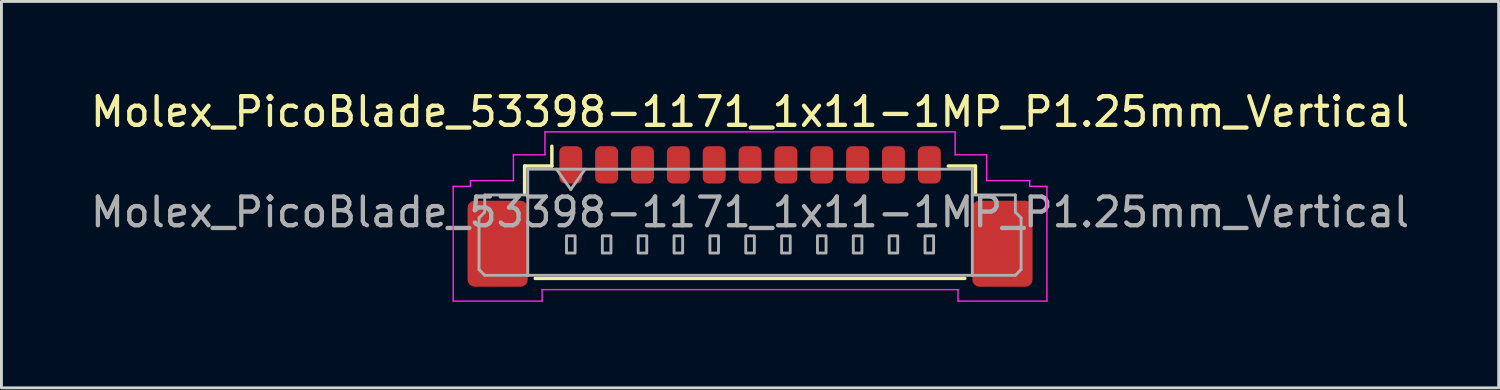
<source format=kicad_pcb>
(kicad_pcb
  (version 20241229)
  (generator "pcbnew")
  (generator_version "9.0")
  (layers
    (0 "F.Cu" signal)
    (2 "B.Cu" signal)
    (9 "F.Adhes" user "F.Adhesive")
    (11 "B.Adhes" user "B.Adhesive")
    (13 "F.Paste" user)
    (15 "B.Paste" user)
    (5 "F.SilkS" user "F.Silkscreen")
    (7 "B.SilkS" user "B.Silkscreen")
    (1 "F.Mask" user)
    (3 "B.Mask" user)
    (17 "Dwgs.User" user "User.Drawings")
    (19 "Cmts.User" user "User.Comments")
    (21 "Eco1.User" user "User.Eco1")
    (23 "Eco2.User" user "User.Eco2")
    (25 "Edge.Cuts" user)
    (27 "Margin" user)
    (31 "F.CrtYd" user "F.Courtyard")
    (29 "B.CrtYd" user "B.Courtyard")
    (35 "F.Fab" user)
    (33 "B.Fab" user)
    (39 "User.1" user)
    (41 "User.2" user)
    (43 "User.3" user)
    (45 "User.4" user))
  (footprint "Molex_PicoBlade_53398-1171_1x11-1MP_P1.25mm_Vertical"
    (layer "F.Cu")
    (at 23.101 3.948)
    (property "Reference" "Molex_PicoBlade_53398-1171_1x11-1MP_P1.25mm_Vertical" (at 0 -3.1 0) (layer "F.SilkS") (effects (font (size 1 1) (thickness 0.15))))
    (attr smd)
    (fp_line (start -7.86 -1.21) (end -6.91 -1.21) (stroke (width 0.12) (type solid)) (layer "F.SilkS"))
    (fp_line (start -7.86 -0.26) (end -7.86 -1.21) (stroke (width 0.12) (type solid)) (layer "F.SilkS"))
    (fp_line (start -7.49 2.71) (end 7.49 2.71) (stroke (width 0.12) (type solid)) (layer "F.SilkS"))
    (fp_line (start -6.91 -1.21) (end -6.91 -1.9) (stroke (width 0.12) (type solid)) (layer "F.SilkS"))
    (fp_line (start 7.86 -1.21) (end 6.91 -1.21) (stroke (width 0.12) (type solid)) (layer "F.SilkS"))
    (fp_line (start 7.86 -0.26) (end 7.86 -1.21) (stroke (width 0.12) (type solid)) (layer "F.SilkS"))
    (fp_line (start -10.35 -0.5) (end -9.75 -0.5) (stroke (width 0.05) (type solid)) (layer "F.CrtYd"))
    (fp_line (start -10.35 3.5) (end -10.35 -0.5) (stroke (width 0.05) (type solid)) (layer "F.CrtYd"))
    (fp_line (start -9.75 -0.7) (end -8.25 -0.7) (stroke (width 0.05) (type solid)) (layer "F.CrtYd"))
    (fp_line (start -9.75 -0.5) (end -9.75 -0.7) (stroke (width 0.05) (type solid)) (layer "F.CrtYd"))
    (fp_line (start -8.25 -1.6) (end -7.15 -1.6) (stroke (width 0.05) (type solid)) (layer "F.CrtYd"))
    (fp_line (start -8.25 -0.7) (end -8.25 -1.6) (stroke (width 0.05) (type solid)) (layer "F.CrtYd"))
    (fp_line (start -7.25 3.1) (end -7.25 3.5) (stroke (width 0.05) (type solid)) (layer "F.CrtYd"))
    (fp_line (start -7.25 3.5) (end -10.35 3.5) (stroke (width 0.05) (type solid)) (layer "F.CrtYd"))
    (fp_line (start -7.15 -2.4) (end 7.15 -2.4) (stroke (width 0.05) (type solid)) (layer "F.CrtYd"))
    (fp_line (start -7.15 -1.6) (end -7.15 -2.4) (stroke (width 0.05) (type solid)) (layer "F.CrtYd"))
    (fp_line (start 7.15 -2.4) (end 7.15 -1.6) (stroke (width 0.05) (type solid)) (layer "F.CrtYd"))
    (fp_line (start 7.15 -1.6) (end 8.25 -1.6) (stroke (width 0.05) (type solid)) (layer "F.CrtYd"))
    (fp_line (start 7.25 3.1) (end -7.25 3.1) (stroke (width 0.05) (type solid)) (layer "F.CrtYd"))
    (fp_line (start 7.25 3.5) (end 7.25 3.1) (stroke (width 0.05) (type solid)) (layer "F.CrtYd"))
    (fp_line (start 8.25 -1.6) (end 8.25 -0.7) (stroke (width 0.05) (type solid)) (layer "F.CrtYd"))
    (fp_line (start 8.25 -0.7) (end 9.75 -0.7) (stroke (width 0.05) (type solid)) (layer "F.CrtYd"))
    (fp_line (start 9.75 -0.7) (end 9.75 -0.5) (stroke (width 0.05) (type solid)) (layer "F.CrtYd"))
    (fp_line (start 9.75 -0.5) (end 10.35 -0.5) (stroke (width 0.05) (type solid)) (layer "F.CrtYd"))
    (fp_line (start 10.35 -0.5) (end 10.35 3.5) (stroke (width 0.05) (type solid)) (layer "F.CrtYd"))
    (fp_line (start 10.35 3.5) (end 7.25 3.5) (stroke (width 0.05) (type solid)) (layer "F.CrtYd"))
    (fp_line (start -9.45 0.6) (end -9.25 0.4) (stroke (width 0.1) (type solid)) (layer "F.Fab"))
    (fp_line (start -9.45 2.4) (end -9.45 0.6) (stroke (width 0.1) (type solid)) (layer "F.Fab"))
    (fp_line (start -9.25 -0.2) (end -7.75 -0.2) (stroke (width 0.1) (type solid)) (layer "F.Fab"))
    (fp_line (start -9.25 0.4) (end -9.25 -0.2) (stroke (width 0.1) (type solid)) (layer "F.Fab"))
    (fp_line (start -9.25 2.6) (end -9.45 2.4) (stroke (width 0.1) (type solid)) (layer "F.Fab"))
    (fp_line (start -7.75 -1.1) (end -7.75 2.6) (stroke (width 0.1) (type solid)) (layer "F.Fab"))
    (fp_line (start -7.75 -1.1) (end 7.75 -1.1) (stroke (width 0.1) (type solid)) (layer "F.Fab"))
    (fp_line (start -7.75 2.6) (end -9.25 2.6) (stroke (width 0.1) (type solid)) (layer "F.Fab"))
    (fp_line (start -7.75 2.6) (end 7.75 2.6) (stroke (width 0.1) (type solid)) (layer "F.Fab"))
    (fp_line (start -6.75 -1.1) (end -6.25 -0.393) (stroke (width 0.1) (type solid)) (layer "F.Fab"))
    (fp_line (start -6.25 -0.393) (end -5.75 -1.1) (stroke (width 0.1) (type solid)) (layer "F.Fab"))
    (fp_line (start 7.75 -1.1) (end 7.75 2.6) (stroke (width 0.1) (type solid)) (layer "F.Fab"))
    (fp_line (start 7.75 2.6) (end 9.25 2.6) (stroke (width 0.1) (type solid)) (layer "F.Fab"))
    (fp_line (start 9.25 -0.2) (end 7.75 -0.2) (stroke (width 0.1) (type solid)) (layer "F.Fab"))
    (fp_line (start 9.25 0.4) (end 9.25 -0.2) (stroke (width 0.1) (type solid)) (layer "F.Fab"))
    (fp_line (start 9.25 2.6) (end 9.45 2.4) (stroke (width 0.1) (type solid)) (layer "F.Fab"))
    (fp_line (start 9.45 0.6) (end 9.25 0.4) (stroke (width 0.1) (type solid)) (layer "F.Fab"))
    (fp_line (start 9.45 2.4) (end 9.45 0.6) (stroke (width 0.1) (type solid)) (layer "F.Fab"))
    (fp_rect (start -6.4 1.225) (end -6.1 1.825) (stroke (width 0.1) (type solid)) (fill no) (layer "F.Fab"))
    (fp_rect (start -5.15 1.225) (end -4.85 1.825) (stroke (width 0.1) (type solid)) (fill no) (layer "F.Fab"))
    (fp_rect (start -3.9 1.225) (end -3.6 1.825) (stroke (width 0.1) (type solid)) (fill no) (layer "F.Fab"))
    (fp_rect (start -2.65 1.225) (end -2.35 1.825) (stroke (width 0.1) (type solid)) (fill no) (layer "F.Fab"))
    (fp_rect (start -1.4 1.225) (end -1.1 1.825) (stroke (width 0.1) (type solid)) (fill no) (layer "F.Fab"))
    (fp_rect (start -0.15 1.225) (end 0.15 1.825) (stroke (width 0.1) (type solid)) (fill no) (layer "F.Fab"))
    (fp_rect (start 1.1 1.225) (end 1.4 1.825) (stroke (width 0.1) (type solid)) (fill no) (layer "F.Fab"))
    (fp_rect (start 2.35 1.225) (end 2.65 1.825) (stroke (width 0.1) (type solid)) (fill no) (layer "F.Fab"))
    (fp_rect (start 3.6 1.225) (end 3.9 1.825) (stroke (width 0.1) (type solid)) (fill no) (layer "F.Fab"))
    (fp_rect (start 4.85 1.225) (end 5.15 1.825) (stroke (width 0.1) (type solid)) (fill no) (layer "F.Fab"))
    (fp_rect (start 6.1 1.225) (end 6.4 1.825) (stroke (width 0.1) (type solid)) (fill no) (layer "F.Fab"))
    (fp_text user "${REFERENCE}" (at 0 0.4 0) (layer "F.Fab") (effects (font (size 1 1) (thickness 0.15))))
    (pad "1" smd roundrect (at -6.25 -1.25) (size 0.8 1.3) (layers "F.Cu" "F.Mask" "F.Paste") (roundrect_rratio 0.25))
    (pad "2" smd roundrect (at -5 -1.25) (size 0.8 1.3) (layers "F.Cu" "F.Mask" "F.Paste") (roundrect_rratio 0.25))
    (pad "3" smd roundrect (at -3.75 -1.25) (size 0.8 1.3) (layers "F.Cu" "F.Mask" "F.Paste") (roundrect_rratio 0.25))
    (pad "4" smd roundrect (at -2.5 -1.25) (size 0.8 1.3) (layers "F.Cu" "F.Mask" "F.Paste") (roundrect_rratio 0.25))
    (pad "5" smd roundrect (at -1.25 -1.25) (size 0.8 1.3) (layers "F.Cu" "F.Mask" "F.Paste") (roundrect_rratio 0.25))
    (pad "6" smd roundrect (at 0 -1.25) (size 0.8 1.3) (layers "F.Cu" "F.Mask" "F.Paste") (roundrect_rratio 0.25))
    (pad "7" smd roundrect (at 1.25 -1.25) (size 0.8 1.3) (layers "F.Cu" "F.Mask" "F.Paste") (roundrect_rratio 0.25))
    (pad "8" smd roundrect (at 2.5 -1.25) (size 0.8 1.3) (layers "F.Cu" "F.Mask" "F.Paste") (roundrect_rratio 0.25))
    (pad "9" smd roundrect (at 3.75 -1.25) (size 0.8 1.3) (layers "F.Cu" "F.Mask" "F.Paste") (roundrect_rratio 0.25))
    (pad "10" smd roundrect (at 5 -1.25) (size 0.8 1.3) (layers "F.Cu" "F.Mask" "F.Paste") (roundrect_rratio 0.25))
    (pad "11" smd roundrect (at 6.25 -1.25) (size 0.8 1.3) (layers "F.Cu" "F.Mask" "F.Paste") (roundrect_rratio 0.25))
    (pad "MP" smd roundrect (at -8.8 1.5) (size 2.1 3) (layers "F.Cu" "F.Mask" "F.Paste") (roundrect_rratio 0.119))
    (pad "MP" smd roundrect (at 8.8 1.5) (size 2.1 3) (layers "F.Cu" "F.Mask" "F.Paste") (roundrect_rratio 0.119)))
  (gr_rect
    (start -3 -3)
    (end 49.202 10.473)
    (stroke (width 0.1) (type default))
    (fill no)
    (layer "Edge.Cuts")))
</source>
